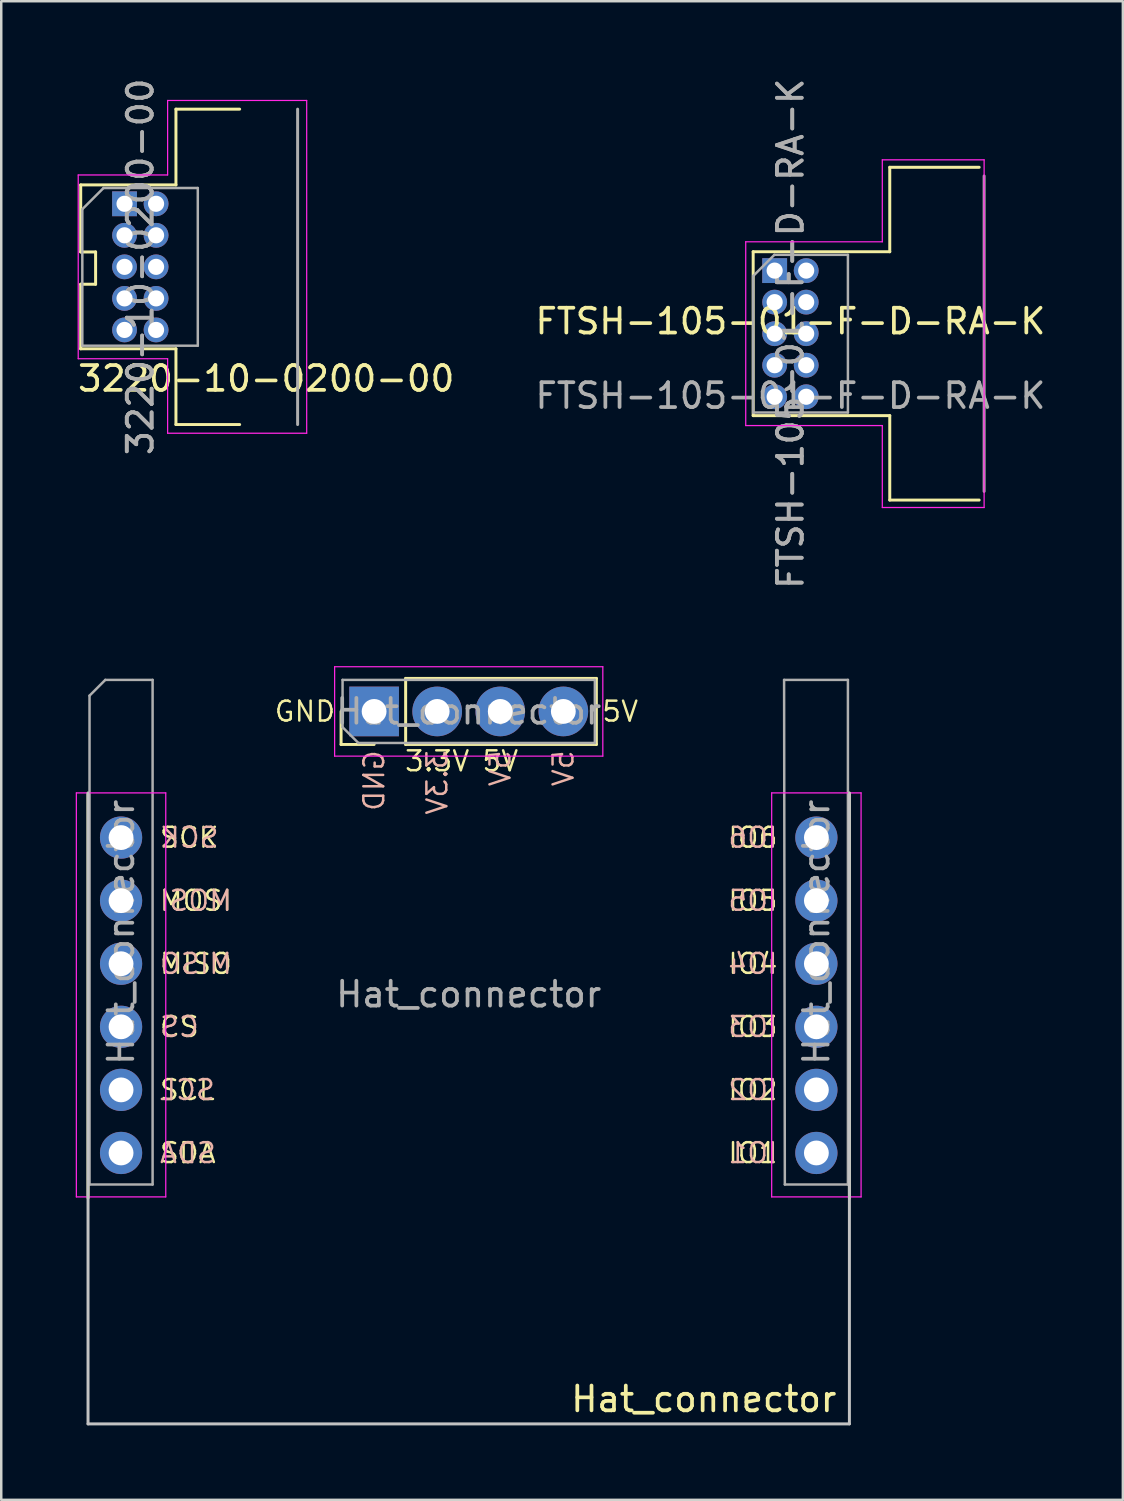
<source format=kicad_pcb>
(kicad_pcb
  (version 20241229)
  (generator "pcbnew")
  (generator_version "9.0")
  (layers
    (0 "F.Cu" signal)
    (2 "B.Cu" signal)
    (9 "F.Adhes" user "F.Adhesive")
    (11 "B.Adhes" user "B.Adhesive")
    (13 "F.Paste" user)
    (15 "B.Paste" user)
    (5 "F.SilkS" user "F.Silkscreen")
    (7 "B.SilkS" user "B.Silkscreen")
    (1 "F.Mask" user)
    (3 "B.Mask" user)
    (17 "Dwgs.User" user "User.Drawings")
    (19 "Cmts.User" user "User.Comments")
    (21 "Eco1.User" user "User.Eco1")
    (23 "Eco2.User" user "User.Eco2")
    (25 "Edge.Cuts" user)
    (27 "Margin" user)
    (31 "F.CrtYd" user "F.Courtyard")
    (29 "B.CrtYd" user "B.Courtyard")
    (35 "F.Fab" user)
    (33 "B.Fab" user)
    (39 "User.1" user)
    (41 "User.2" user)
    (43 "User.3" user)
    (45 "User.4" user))
  (footprint "FTSH-105-01-F-D-RA-K"
    (layer "F.Cu")
    (at 28.78 10.387)
    (property "Reference" "FTSH-105-01-F-D-RA-K" (at 0 -0.5 0) (unlocked yes) (layer "F.SilkS") (effects (font (size 1 1) (thickness 0.15))))
    (attr through_hole)
    (fp_line (start -1.5 -3.3) (end -1.5 3.3) (stroke (width 0.12) (type solid)) (layer "F.SilkS"))
    (fp_line (start -1.5 -3.3) (end 4 -3.3) (stroke (width 0.12) (type solid)) (layer "F.SilkS"))
    (fp_line (start 4 -6.7) (end 4 -3.3) (stroke (width 0.12) (type solid)) (layer "F.SilkS"))
    (fp_line (start 4 -6.7) (end 7.6 -6.7) (stroke (width 0.12) (type solid)) (layer "F.SilkS"))
    (fp_line (start 4 3.3) (end -1.5 3.3) (stroke (width 0.12) (type solid)) (layer "F.SilkS"))
    (fp_line (start 4 6.7) (end 4 3.3) (stroke (width 0.12) (type solid)) (layer "F.SilkS"))
    (fp_line (start 7.6 6.7) (end 4 6.7) (stroke (width 0.12) (type solid)) (layer "F.SilkS"))
    (fp_line (start -1.8 -3.7) (end -1.8 3.7) (stroke (width 0.05) (type solid)) (layer "F.CrtYd"))
    (fp_line (start -1.8 3.7) (end 3.7 3.7) (stroke (width 0.05) (type solid)) (layer "F.CrtYd"))
    (fp_line (start 3.7 -7) (end 7.8 -7) (stroke (width 0.05) (type solid)) (layer "F.CrtYd"))
    (fp_line (start 3.7 -3.7) (end -1.8 -3.7) (stroke (width 0.05) (type solid)) (layer "F.CrtYd"))
    (fp_line (start 3.7 -3.7) (end 3.7 -7) (stroke (width 0.05) (type solid)) (layer "F.CrtYd"))
    (fp_line (start 3.7 7) (end 3.7 3.7) (stroke (width 0.05) (type solid)) (layer "F.CrtYd"))
    (fp_line (start 7.8 -7) (end 7.8 7) (stroke (width 0.05) (type solid)) (layer "F.CrtYd"))
    (fp_line (start 7.8 7) (end 3.7 7) (stroke (width 0.05) (type solid)) (layer "F.CrtYd"))
    (fp_line (start -1.5 -2.322) (end -0.647 -3.175) (stroke (width 0.1) (type solid)) (layer "F.Fab"))
    (fp_line (start -1.5 3.175) (end -1.5 -2.322) (stroke (width 0.1) (type solid)) (layer "F.Fab"))
    (fp_line (start -0.647 -3.175) (end 2.315 -3.175) (stroke (width 0.1) (type solid)) (layer "F.Fab"))
    (fp_line (start 2.315 -3.175) (end 2.315 3.175) (stroke (width 0.1) (type solid)) (layer "F.Fab"))
    (fp_line (start 2.315 3.175) (end -1.5 3.175) (stroke (width 0.1) (type solid)) (layer "F.Fab"))
    (fp_line (start 7.8 6.35) (end 7.8 -6.35) (stroke (width 0.12) (type solid)) (layer "F.Fab"))
    (fp_text user "${REFERENCE}" (at 0 0 90) (layer "F.Fab") (effects (font (size 1 1) (thickness 0.15))))
    (fp_text user "${REFERENCE}" (at 0 2.5 0) (unlocked yes) (layer "F.Fab") (effects (font (size 1 1) (thickness 0.15))))
    (fp_text user "${REFERENCE}" (at 0 0 90) (layer "F.Fab") (effects (font (size 1 1) (thickness 0.15))))
    (pad "1" thru_hole rect (at -0.635 -2.54) (size 1 1) (drill 0.65) (layers "*.Cu" "*.Mask"))
    (pad "2" thru_hole oval (at 0.635 -2.54) (size 1 1) (drill 0.65) (layers "*.Cu" "*.Mask"))
    (pad "3" thru_hole oval (at -0.635 -1.27) (size 1 1) (drill 0.65) (layers "*.Cu" "*.Mask"))
    (pad "4" thru_hole oval (at 0.635 -1.27) (size 1 1) (drill 0.65) (layers "*.Cu" "*.Mask"))
    (pad "5" thru_hole oval (at -0.635 0) (size 1 1) (drill 0.65) (layers "*.Cu" "*.Mask"))
    (pad "6" thru_hole oval (at 0.635 0) (size 1 1) (drill 0.65) (layers "*.Cu" "*.Mask"))
    (pad "7" thru_hole oval (at -0.635 1.27) (size 1 1) (drill 0.65) (layers "*.Cu" "*.Mask"))
    (pad "8" thru_hole oval (at 0.635 1.27) (size 1 1) (drill 0.65) (layers "*.Cu" "*.Mask"))
    (pad "9" thru_hole oval (at -0.635 2.54) (size 1 1) (drill 0.65) (layers "*.Cu" "*.Mask"))
    (pad "10" thru_hole oval (at 0.635 2.54) (size 1 1) (drill 0.65) (layers "*.Cu" "*.Mask")))
  (footprint "Hat_connector"
    (layer "F.Cu")
    (at 15.825 34.489)
    (property "Reference" "Hat_connector" (at 14.9 18.8 0) (unlocked yes) (layer "F.SilkS") (effects (font (size 1 1) (thickness 0.15)) (justify right)))
    (attr through_hole)
    (fp_line (start -15.33 -5.6) (end -15.33 10.7) (stroke (width 0.12) (type solid)) (layer "F.SilkS"))
    (fp_line (start -5.14 -7.56) (end -5.14 -8.89) (stroke (width 0.12) (type solid)) (layer "F.SilkS"))
    (fp_line (start -3.81 -7.56) (end -5.14 -7.56) (stroke (width 0.12) (type solid)) (layer "F.SilkS"))
    (fp_line (start -2.54 -10.22) (end 5.14 -10.22) (stroke (width 0.12) (type solid)) (layer "F.SilkS"))
    (fp_line (start -2.54 -7.56) (end -2.54 -10.22) (stroke (width 0.12) (type solid)) (layer "F.SilkS"))
    (fp_line (start -2.54 -7.56) (end 5.14 -7.56) (stroke (width 0.12) (type solid)) (layer "F.SilkS"))
    (fp_line (start 5.14 -7.56) (end 5.14 -10.22) (stroke (width 0.12) (type solid)) (layer "F.SilkS"))
    (fp_line (start 15.33 -5.6) (end 15.33 10.7) (stroke (width 0.12) (type solid)) (layer "F.SilkS"))
    (fp_line (start -15.33 -5.6) (end -15.33 19.8) (stroke (width 0.12) (type solid)) (layer "Dwgs.User"))
    (fp_line (start -15.33 19.8) (end 15.33 19.8) (stroke (width 0.12) (type solid)) (layer "Dwgs.User"))
    (fp_line (start 15.33 -5.6) (end 15.33 19.8) (stroke (width 0.12) (type solid)) (layer "Dwgs.User"))
    (fp_line (start -15.8 -5.61) (end -15.8 10.66) (stroke (width 0.05) (type solid)) (layer "F.CrtYd"))
    (fp_line (start -15.8 10.66) (end -12.2 10.66) (stroke (width 0.05) (type solid)) (layer "F.CrtYd"))
    (fp_line (start -12.2 -5.61) (end -15.8 -5.61) (stroke (width 0.05) (type solid)) (layer "F.CrtYd"))
    (fp_line (start -12.2 10.66) (end -12.2 -5.61) (stroke (width 0.05) (type solid)) (layer "F.CrtYd"))
    (fp_line (start -5.4 -10.69) (end -5.4 -7.09) (stroke (width 0.05) (type solid)) (layer "F.CrtYd"))
    (fp_line (start -5.4 -7.09) (end 5.4 -7.09) (stroke (width 0.05) (type solid)) (layer "F.CrtYd"))
    (fp_line (start 5.4 -10.69) (end -5.4 -10.69) (stroke (width 0.05) (type solid)) (layer "F.CrtYd"))
    (fp_line (start 5.4 -7.09) (end 5.4 -10.69) (stroke (width 0.05) (type solid)) (layer "F.CrtYd"))
    (fp_line (start 12.2 -5.61) (end 12.2 10.66) (stroke (width 0.05) (type solid)) (layer "F.CrtYd"))
    (fp_line (start 12.2 10.66) (end 15.8 10.66) (stroke (width 0.05) (type solid)) (layer "F.CrtYd"))
    (fp_line (start 15.8 -5.61) (end 12.2 -5.61) (stroke (width 0.05) (type solid)) (layer "F.CrtYd"))
    (fp_line (start 15.8 10.66) (end 15.8 -5.61) (stroke (width 0.05) (type solid)) (layer "F.CrtYd"))
    (fp_line (start -15.27 -9.525) (end -14.635 -10.16) (stroke (width 0.1) (type solid)) (layer "F.Fab"))
    (fp_line (start -15.27 10.16) (end -15.27 -9.525) (stroke (width 0.1) (type solid)) (layer "F.Fab"))
    (fp_line (start -14.635 -10.16) (end -12.73 -10.16) (stroke (width 0.1) (type solid)) (layer "F.Fab"))
    (fp_line (start -12.73 -10.16) (end -12.73 10.16) (stroke (width 0.1) (type solid)) (layer "F.Fab"))
    (fp_line (start -12.73 10.16) (end -15.27 10.16) (stroke (width 0.1) (type solid)) (layer "F.Fab"))
    (fp_line (start -5.08 -10.16) (end 5.08 -10.16) (stroke (width 0.1) (type solid)) (layer "F.Fab"))
    (fp_line (start -5.08 -8.255) (end -5.08 -10.16) (stroke (width 0.1) (type solid)) (layer "F.Fab"))
    (fp_line (start -4.445 -7.62) (end -5.08 -8.255) (stroke (width 0.1) (type solid)) (layer "F.Fab"))
    (fp_line (start 5.08 -10.16) (end 5.08 -7.62) (stroke (width 0.1) (type solid)) (layer "F.Fab"))
    (fp_line (start 5.08 -7.62) (end -4.445 -7.62) (stroke (width 0.1) (type solid)) (layer "F.Fab"))
    (fp_line (start 12.7 -10.16) (end 15.27 -10.16) (stroke (width 0.1) (type solid)) (layer "F.Fab"))
    (fp_line (start 12.73 10.16) (end 12.7 -10.16) (stroke (width 0.1) (type solid)) (layer "F.Fab"))
    (fp_line (start 12.73 10.16) (end 15.27 10.16) (stroke (width 0.1) (type solid)) (layer "F.Fab"))
    (fp_line (start 15.27 -10.16) (end 15.27 10.16) (stroke (width 0.1) (type solid)) (layer "F.Fab"))
    (fp_text user "GND" (at -5.31 -8.89 0) (unlocked yes) (layer "F.SilkS") (effects (font (size 0.8 0.8) (thickness 0.1)) (justify right)))
    (fp_text user "MOSI" (at -12.5 -1.27 0) (unlocked yes) (layer "F.SilkS") (effects (font (size 0.8 0.8) (thickness 0.1)) (justify left)))
    (fp_text user "IO2" (at 12.5 6.35 0) (unlocked yes) (layer "F.SilkS") (effects (font (size 0.8 0.8) (thickness 0.1)) (justify right)))
    (fp_text user "IO6" (at 12.5 -3.81 0) (unlocked yes) (layer "F.SilkS") (effects (font (size 0.8 0.8) (thickness 0.1)) (justify right)))
    (fp_text user "CS" (at -12.5 3.81 0) (unlocked yes) (layer "F.SilkS") (effects (font (size 0.8 0.8) (thickness 0.1)) (justify left)))
    (fp_text user "5V" (at 5.31 -8.89 0) (unlocked yes) (layer "F.SilkS") (effects (font (size 0.8 0.8) (thickness 0.1)) (justify left)))
    (fp_text user "MISO" (at -12.5 1.27 0) (unlocked yes) (layer "F.SilkS") (effects (font (size 0.8 0.8) (thickness 0.1)) (justify left)))
    (fp_text user "IO3" (at 12.5 3.81 0) (unlocked yes) (layer "F.SilkS") (effects (font (size 0.8 0.8) (thickness 0.1)) (justify right)))
    (fp_text user "3.3V" (at -1.27 -6.89 0) (unlocked yes) (layer "F.SilkS") (effects (font (size 0.8 0.8) (thickness 0.1))))
    (fp_text user "IO5" (at 12.5 -1.27 0) (unlocked yes) (layer "F.SilkS") (effects (font (size 0.8 0.8) (thickness 0.1)) (justify right)))
    (fp_text user "IO4" (at 12.5 1.27 0) (unlocked yes) (layer "F.SilkS") (effects (font (size 0.8 0.8) (thickness 0.1)) (justify right)))
    (fp_text user "SCK" (at -12.5 -3.81 0) (unlocked yes) (layer "F.SilkS") (effects (font (size 0.8 0.8) (thickness 0.1)) (justify left)))
    (fp_text user "IO1" (at 12.5 8.89 0) (unlocked yes) (layer "F.SilkS") (effects (font (size 0.8 0.8) (thickness 0.1)) (justify right)))
    (fp_text user "SCL" (at -12.5 6.35 0) (unlocked yes) (layer "F.SilkS") (effects (font (size 0.8 0.8) (thickness 0.1)) (justify left)))
    (fp_text user "5V" (at 1.27 -6.89 0) (unlocked yes) (layer "F.SilkS") (effects (font (size 0.8 0.8) (thickness 0.1))))
    (fp_text user "SDA" (at -12.5 8.89 0) (unlocked yes) (layer "F.SilkS") (effects (font (size 0.8 0.8) (thickness 0.1)) (justify left)))
    (fp_text user "CS" (at -12.5 3.81 0) (unlocked yes) (layer "B.SilkS") (effects (font (size 0.8 0.8) (thickness 0.1)) (justify right mirror)))
    (fp_text user "IO6" (at 12.5 -3.81 0) (unlocked yes) (layer "B.SilkS") (effects (font (size 0.8 0.8) (thickness 0.1)) (justify left mirror)))
    (fp_text user "3.3V" (at -1.27 -7.39 90) (unlocked yes) (layer "B.SilkS") (effects (font (size 0.8 0.8) (thickness 0.1)) (justify left mirror)))
    (fp_text user "MISO" (at -12.5 1.27 0) (unlocked yes) (layer "B.SilkS") (effects (font (size 0.8 0.8) (thickness 0.1)) (justify right mirror)))
    (fp_text user "IO5" (at 12.5 -1.27 0) (unlocked yes) (layer "B.SilkS") (effects (font (size 0.8 0.8) (thickness 0.1)) (justify left mirror)))
    (fp_text user "IO3" (at 12.5 3.81 0) (unlocked yes) (layer "B.SilkS") (effects (font (size 0.8 0.8) (thickness 0.1)) (justify left mirror)))
    (fp_text user "5V" (at 1.27 -7.39 90) (unlocked yes) (layer "B.SilkS") (effects (font (size 0.8 0.8) (thickness 0.1)) (justify left mirror)))
    (fp_text user "IO4" (at 12.5 1.27 0) (unlocked yes) (layer "B.SilkS") (effects (font (size 0.8 0.8) (thickness 0.1)) (justify left mirror)))
    (fp_text user "GND" (at -3.81 -7.39 90) (unlocked yes) (layer "B.SilkS") (effects (font (size 0.8 0.8) (thickness 0.1)) (justify left mirror)))
    (fp_text user "MOSI" (at -12.5 -1.27 0) (unlocked yes) (layer "B.SilkS") (effects (font (size 0.8 0.8) (thickness 0.1)) (justify right mirror)))
    (fp_text user "SCK" (at -12.5 -3.81 0) (unlocked yes) (layer "B.SilkS") (effects (font (size 0.8 0.8) (thickness 0.1)) (justify right mirror)))
    (fp_text user "IO2" (at 12.5 6.35 0) (unlocked yes) (layer "B.SilkS") (effects (font (size 0.8 0.8) (thickness 0.1)) (justify left mirror)))
    (fp_text user "IO1" (at 12.5 8.89 0) (unlocked yes) (layer "B.SilkS") (effects (font (size 0.8 0.8) (thickness 0.1)) (justify left mirror)))
    (fp_text user "SDA" (at -12.5 8.89 0) (unlocked yes) (layer "B.SilkS") (effects (font (size 0.8 0.8) (thickness 0.1)) (justify right mirror)))
    (fp_text user "SCL" (at -12.5 6.35 0) (unlocked yes) (layer "B.SilkS") (effects (font (size 0.8 0.8) (thickness 0.1)) (justify right mirror)))
    (fp_text user "5V" (at 3.81 -7.39 90) (unlocked yes) (layer "B.SilkS") (effects (font (size 0.8 0.8) (thickness 0.1)) (justify left mirror)))
    (fp_text user "${REFERENCE}" (at 0 2.5 0) (unlocked yes) (layer "F.Fab") (effects (font (size 1 1) (thickness 0.15))))
    (fp_text user "${REFERENCE}" (at -14 0 90) (layer "F.Fab") (effects (font (size 1 1) (thickness 0.15))))
    (fp_text user "${REFERENCE}" (at 14 0 90) (layer "F.Fab") (effects (font (size 1 1) (thickness 0.15))))
    (fp_text user "${REFERENCE}" (at 0 -8.89 180) (layer "F.Fab") (effects (font (size 1 1) (thickness 0.15))))
    (pad "1" thru_hole rect (at -3.81 -8.89 90) (size 2 2) (drill 1) (layers "*.Cu" "*.Mask"))
    (pad "2" thru_hole oval (at -1.27 -8.89 90) (size 2 2) (drill 1) (layers "*.Cu" "*.Mask"))
    (pad "3" thru_hole oval (at -14 -3.81) (size 1.7 1.7) (drill 1) (layers "*.Cu" "*.Mask"))
    (pad "4" thru_hole oval (at -14 -1.27) (size 1.7 1.7) (drill 1) (layers "*.Cu" "*.Mask"))
    (pad "5" thru_hole oval (at -14 1.27) (size 1.7 1.7) (drill 1) (layers "*.Cu" "*.Mask"))
    (pad "6" thru_hole oval (at -14 3.81) (size 1.7 1.7) (drill 1) (layers "*.Cu" "*.Mask"))
    (pad "7" thru_hole oval (at -14 6.35) (size 1.7 1.7) (drill 1) (layers "*.Cu" "*.Mask"))
    (pad "8" thru_hole oval (at -14 8.89) (size 1.7 1.7) (drill 1) (layers "*.Cu" "*.Mask"))
    (pad "9" thru_hole oval (at 14 8.89) (size 1.7 1.7) (drill 1) (layers "*.Cu" "*.Mask"))
    (pad "10" thru_hole oval (at 14 6.35) (size 1.7 1.7) (drill 1) (layers "*.Cu" "*.Mask"))
    (pad "11" thru_hole oval (at 14 3.81) (size 1.7 1.7) (drill 1) (layers "*.Cu" "*.Mask"))
    (pad "12" thru_hole oval (at 14 1.27) (size 1.7 1.7) (drill 1) (layers "*.Cu" "*.Mask"))
    (pad "13" thru_hole oval (at 14 -1.27) (size 1.7 1.7) (drill 1) (layers "*.Cu" "*.Mask"))
    (pad "14" thru_hole oval (at 14 -3.81) (size 1.7 1.7) (drill 1) (layers "*.Cu" "*.Mask"))
    (pad "15" thru_hole oval (at 1.27 -8.89 90) (size 2 2) (drill 1) (layers "*.Cu" "*.Mask"))
    (pad "16" thru_hole oval (at 3.81 -8.89 90) (size 2 2) (drill 1) (layers "*.Cu" "*.Mask")))
  (footprint "3220-10-0200-00"
    (layer "F.Cu")
    (at 2.6 7.696)
    (property "Reference" "3220-10-0200-00" (at -2.6 4.5 0) (unlocked yes) (layer "F.SilkS") (effects (font (size 1 1) (thickness 0.15)) (justify left)))
    (attr through_hole)
    (fp_line (start -2.4 -3.3) (end -2.4 -0.6) (stroke (width 0.12) (type solid)) (layer "F.SilkS"))
    (fp_line (start -2.4 -3.3) (end 1.435 -3.3) (stroke (width 0.12) (type solid)) (layer "F.SilkS"))
    (fp_line (start -2.4 -0.6) (end -1.8 -0.6) (stroke (width 0.12) (type solid)) (layer "F.SilkS"))
    (fp_line (start -2.4 0.7) (end -1.8 0.7) (stroke (width 0.12) (type solid)) (layer "F.SilkS"))
    (fp_line (start -2.4 3.3) (end -2.4 0.7) (stroke (width 0.12) (type solid)) (layer "F.SilkS"))
    (fp_line (start -1.8 0.7) (end -1.8 -0.6) (stroke (width 0.12) (type solid)) (layer "F.SilkS"))
    (fp_line (start 1.435 -6.35) (end 1.435 -3.3) (stroke (width 0.12) (type solid)) (layer "F.SilkS"))
    (fp_line (start 1.435 -6.35) (end 4 -6.35) (stroke (width 0.12) (type solid)) (layer "F.SilkS"))
    (fp_line (start 1.435 3.3) (end -2.4 3.3) (stroke (width 0.12) (type solid)) (layer "F.SilkS"))
    (fp_line (start 1.435 6.35) (end 1.435 3.3) (stroke (width 0.12) (type solid)) (layer "F.SilkS"))
    (fp_line (start 4 6.35) (end 1.435 6.35) (stroke (width 0.12) (type solid)) (layer "F.SilkS"))
    (fp_line (start -2.5 -3.7) (end -2.5 3.7) (stroke (width 0.05) (type solid)) (layer "F.CrtYd"))
    (fp_line (start -2.5 3.7) (end 1.1 3.7) (stroke (width 0.05) (type solid)) (layer "F.CrtYd"))
    (fp_line (start 1.1 -6.7) (end 6.7 -6.7) (stroke (width 0.05) (type solid)) (layer "F.CrtYd"))
    (fp_line (start 1.1 -3.7) (end -2.5 -3.7) (stroke (width 0.05) (type solid)) (layer "F.CrtYd"))
    (fp_line (start 1.1 -3.7) (end 1.1 -6.7) (stroke (width 0.05) (type solid)) (layer "F.CrtYd"))
    (fp_line (start 1.1 6.7) (end 1.1 3.7) (stroke (width 0.05) (type solid)) (layer "F.CrtYd"))
    (fp_line (start 6.7 -6.7) (end 6.7 6.7) (stroke (width 0.05) (type solid)) (layer "F.CrtYd"))
    (fp_line (start 6.7 6.7) (end 1.1 6.7) (stroke (width 0.05) (type solid)) (layer "F.CrtYd"))
    (fp_line (start -2.335 -2.322) (end -1.482 -3.175) (stroke (width 0.1) (type solid)) (layer "F.Fab"))
    (fp_line (start -2.335 3.175) (end -2.335 -2.322) (stroke (width 0.1) (type solid)) (layer "F.Fab"))
    (fp_line (start -1.482 -3.175) (end 2.315 -3.175) (stroke (width 0.1) (type solid)) (layer "F.Fab"))
    (fp_line (start 2.315 -3.175) (end 2.315 3.175) (stroke (width 0.1) (type solid)) (layer "F.Fab"))
    (fp_line (start 2.315 3.175) (end -2.335 3.175) (stroke (width 0.1) (type solid)) (layer "F.Fab"))
    (fp_line (start 6.335 6.35) (end 6.335 -6.35) (stroke (width 0.12) (type solid)) (layer "F.Fab"))
    (fp_text user "${REFERENCE}" (at 0 0 90) (layer "F.Fab") (effects (font (size 1 1) (thickness 0.15))))
    (fp_text user "${REFERENCE}" (at 0 0 90) (layer "F.Fab") (effects (font (size 1 1) (thickness 0.15))))
    (pad "1" thru_hole rect (at -0.635 -2.54) (size 1 1) (drill 0.65) (layers "*.Cu" "*.Mask"))
    (pad "2" thru_hole oval (at 0.635 -2.54) (size 1 1) (drill 0.65) (layers "*.Cu" "*.Mask"))
    (pad "3" thru_hole oval (at -0.635 -1.27) (size 1 1) (drill 0.65) (layers "*.Cu" "*.Mask"))
    (pad "4" thru_hole oval (at 0.635 -1.27) (size 1 1) (drill 0.65) (layers "*.Cu" "*.Mask"))
    (pad "5" thru_hole oval (at -0.635 0) (size 1 1) (drill 0.65) (layers "*.Cu" "*.Mask"))
    (pad "6" thru_hole oval (at 0.635 0) (size 1 1) (drill 0.65) (layers "*.Cu" "*.Mask"))
    (pad "7" thru_hole oval (at -0.635 1.27) (size 1 1) (drill 0.65) (layers "*.Cu" "*.Mask"))
    (pad "8" thru_hole oval (at 0.635 1.27) (size 1 1) (drill 0.65) (layers "*.Cu" "*.Mask"))
    (pad "9" thru_hole oval (at -0.635 2.54) (size 1 1) (drill 0.65) (layers "*.Cu" "*.Mask"))
    (pad "10" thru_hole oval (at 0.635 2.54) (size 1 1) (drill 0.65) (layers "*.Cu" "*.Mask")))
  (gr_rect
    (start -3 -3)
    (end 42.167 57.349)
    (stroke (width 0.1) (type default))
    (fill no)
    (layer "Edge.Cuts")))
</source>
